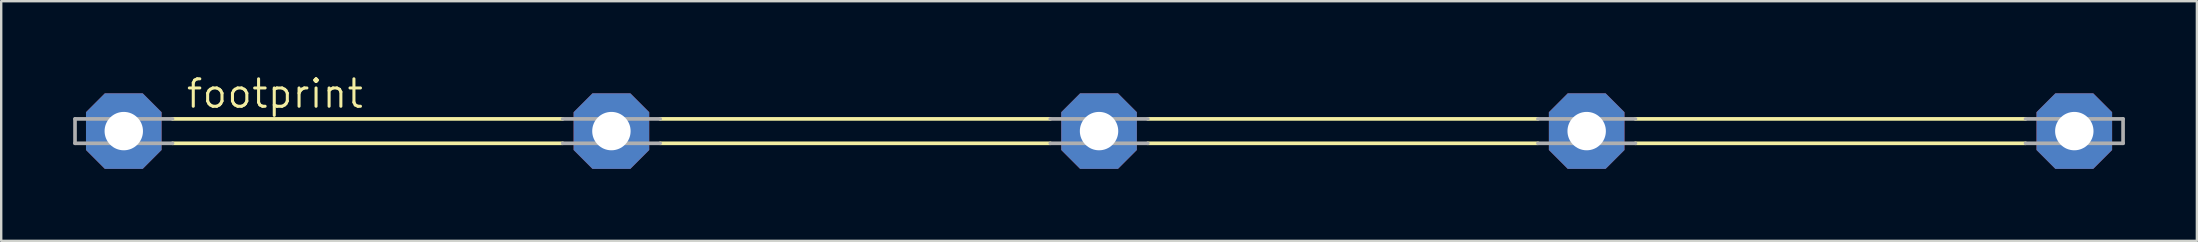
<source format=kicad_pcb>
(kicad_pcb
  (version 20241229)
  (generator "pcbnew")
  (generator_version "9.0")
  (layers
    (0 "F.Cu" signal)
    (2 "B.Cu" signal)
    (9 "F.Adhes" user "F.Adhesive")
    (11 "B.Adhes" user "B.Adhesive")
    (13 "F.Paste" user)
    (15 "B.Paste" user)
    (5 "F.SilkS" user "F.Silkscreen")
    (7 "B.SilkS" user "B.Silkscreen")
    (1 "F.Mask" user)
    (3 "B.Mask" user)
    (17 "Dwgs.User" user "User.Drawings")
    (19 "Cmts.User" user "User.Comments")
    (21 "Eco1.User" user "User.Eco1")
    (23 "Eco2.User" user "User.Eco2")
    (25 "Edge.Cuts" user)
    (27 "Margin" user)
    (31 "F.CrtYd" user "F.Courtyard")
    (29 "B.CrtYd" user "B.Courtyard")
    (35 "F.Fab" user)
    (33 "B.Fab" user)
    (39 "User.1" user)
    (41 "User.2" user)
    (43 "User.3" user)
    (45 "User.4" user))
  (footprint "footprint"
    (layer "F.Cu")
    (at 42.748 2.413)
    (property "Reference" "footprint" (at -38.1 -0.889 0) (layer "F.SilkS") (effects (font (size 1.143 1.143) (thickness 0.127)) (justify left bottom)))
    (fp_line (start -38.608 -0.508) (end -22.352 -0.508) (stroke (width 0.152) (type solid)) (layer "F.SilkS"))
    (fp_line (start -38.608 0.508) (end -22.352 0.508) (stroke (width 0.152) (type solid)) (layer "F.SilkS"))
    (fp_line (start -18.288 -0.508) (end -2.032 -0.508) (stroke (width 0.152) (type solid)) (layer "F.SilkS"))
    (fp_line (start -18.288 0.508) (end -2.032 0.508) (stroke (width 0.152) (type solid)) (layer "F.SilkS"))
    (fp_line (start 2.032 -0.508) (end 18.288 -0.508) (stroke (width 0.152) (type solid)) (layer "F.SilkS"))
    (fp_line (start 2.032 0.508) (end 18.288 0.508) (stroke (width 0.152) (type solid)) (layer "F.SilkS"))
    (fp_line (start 22.352 -0.508) (end 38.608 -0.508) (stroke (width 0.152) (type solid)) (layer "F.SilkS"))
    (fp_line (start 22.352 0.508) (end 38.608 0.508) (stroke (width 0.152) (type solid)) (layer "F.SilkS"))
    (fp_line (start -42.672 -0.508) (end -42.672 0.508) (stroke (width 0.152) (type solid)) (layer "F.Fab"))
    (fp_line (start -42.672 0.508) (end -38.608 0.508) (stroke (width 0.152) (type solid)) (layer "F.Fab"))
    (fp_line (start -38.608 -0.508) (end -42.672 -0.508) (stroke (width 0.152) (type solid)) (layer "F.Fab"))
    (fp_line (start -22.352 0.508) (end -18.288 0.508) (stroke (width 0.152) (type solid)) (layer "F.Fab"))
    (fp_line (start -18.288 -0.508) (end -22.352 -0.508) (stroke (width 0.152) (type solid)) (layer "F.Fab"))
    (fp_line (start -2.032 0.508) (end 2.032 0.508) (stroke (width 0.152) (type solid)) (layer "F.Fab"))
    (fp_line (start 2.032 -0.508) (end -2.032 -0.508) (stroke (width 0.152) (type solid)) (layer "F.Fab"))
    (fp_line (start 18.288 0.508) (end 22.352 0.508) (stroke (width 0.152) (type solid)) (layer "F.Fab"))
    (fp_line (start 22.352 -0.508) (end 18.288 -0.508) (stroke (width 0.152) (type solid)) (layer "F.Fab"))
    (fp_line (start 38.608 0.508) (end 42.672 0.508) (stroke (width 0.152) (type solid)) (layer "F.Fab"))
    (fp_line (start 42.672 -0.508) (end 38.608 -0.508) (stroke (width 0.152) (type solid)) (layer "F.Fab"))
    (fp_line (start 42.672 0.508) (end 42.672 -0.508) (stroke (width 0.152) (type solid)) (layer "F.Fab"))
    (pad "1" thru_hole roundrect (at -40.64 0) (size 3.15 3.15) (drill 1.6) (layers "*.Cu" "*.Mask") (roundrect_rratio 0.25) (chamfer_ratio 0.25) (chamfer top_left top_right bottom_left bottom_right))
    (pad "2" thru_hole roundrect (at -20.32 0) (size 3.15 3.15) (drill 1.6) (layers "*.Cu" "*.Mask") (roundrect_rratio 0.25) (chamfer_ratio 0.25) (chamfer top_left top_right bottom_left bottom_right))
    (pad "3" thru_hole roundrect (at 0 0) (size 3.15 3.15) (drill 1.6) (layers "*.Cu" "*.Mask") (roundrect_rratio 0.25) (chamfer_ratio 0.25) (chamfer top_left top_right bottom_left bottom_right))
    (pad "4" thru_hole roundrect (at 20.32 0) (size 3.15 3.15) (drill 1.6) (layers "*.Cu" "*.Mask") (roundrect_rratio 0.25) (chamfer_ratio 0.25) (chamfer top_left top_right bottom_left bottom_right))
    (pad "5" thru_hole roundrect (at 40.64 0) (size 3.15 3.15) (drill 1.6) (layers "*.Cu" "*.Mask") (roundrect_rratio 0.25) (chamfer_ratio 0.25) (chamfer top_left top_right bottom_left bottom_right)))
  (gr_rect
    (start -3 -3)
    (end 88.496 6.988)
    (stroke (width 0.1) (type default))
    (fill no)
    (layer "Edge.Cuts")))
</source>
